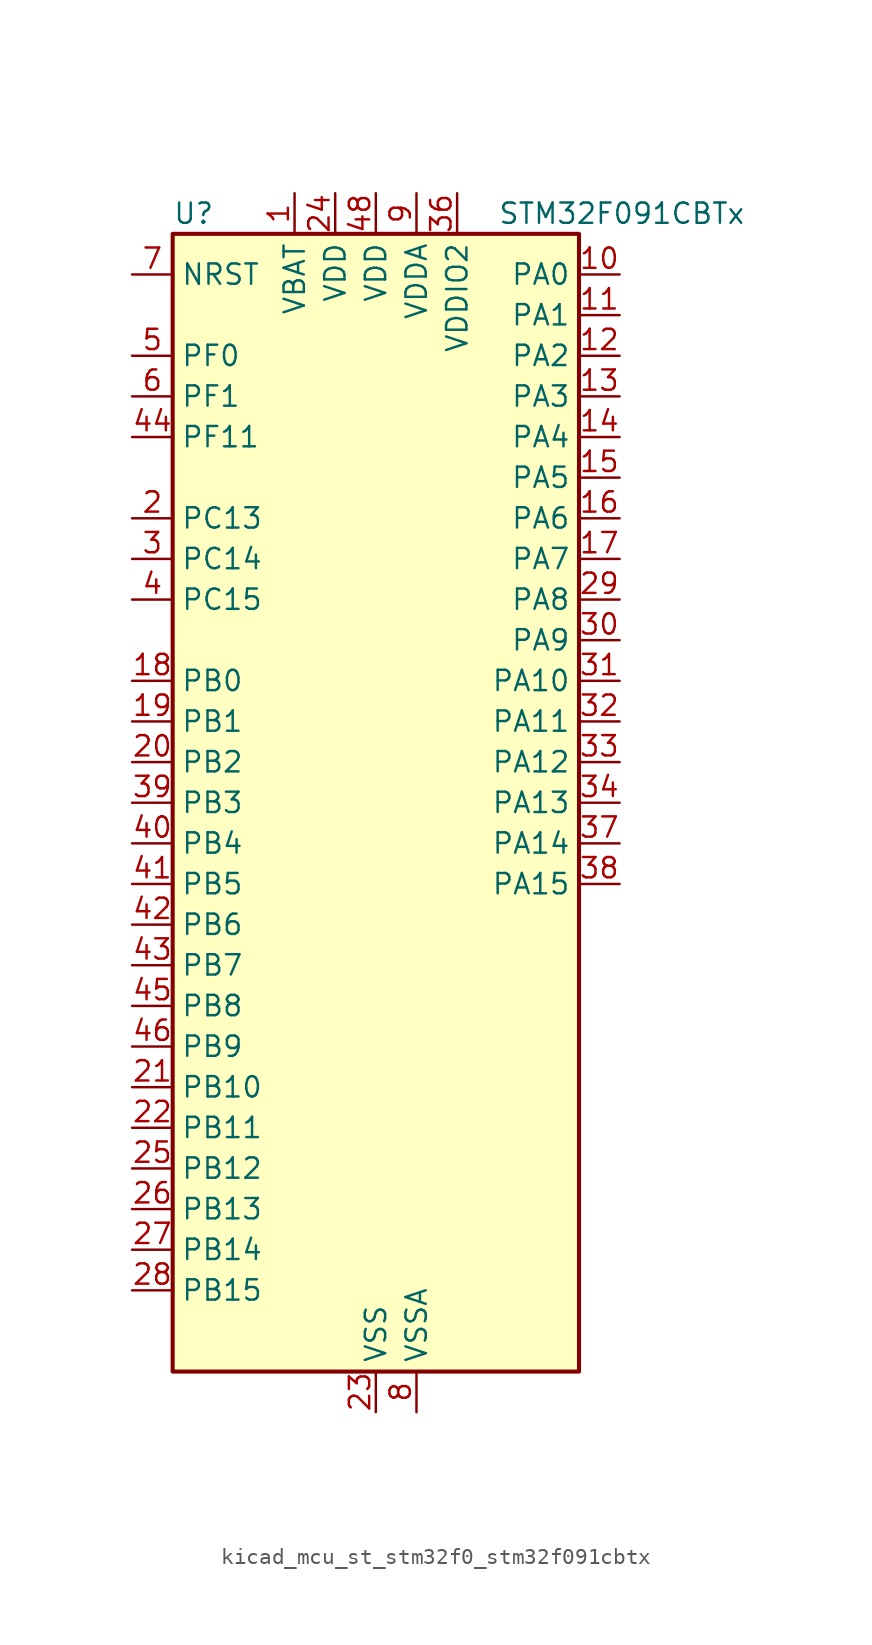
<source format=kicad_sym>
(kicad_symbol_lib
  (version 20220914)
  (generator kicad_symbol_editor)
  (symbol "kicad_mcu_st_stm32f0_stm32f091cbtx"
    (property "Reference" "U"
      (at -12.7 36.83 0)
      (effects (font (size 1.27 1.27)) (justify left)))
    (property "Value" "STM32F091CBTx"
      (at 7.62 36.83 0)
      (effects (font (size 1.27 1.27)) (justify left)))
    (property "ki_locked" ""
      (at 0 0 0)
      (effects (font (size 1.27 1.27))))
    (symbol "kicad_mcu_st_stm32f0_stm32f091cbtx_0_1"
      (rectangle (start -12.7 -35.56) (end 12.7 35.56) (stroke (width 0.254) (type default)) (fill (type background))))
    (symbol "kicad_mcu_st_stm32f0_stm32f091cbtx_1_1"
      (pin power_in line (at -5.08 38.1 270) (length 2.54) (name "VBAT" (effects (font (size 1.27 1.27)))) (number "1" (effects (font (size 1.27 1.27)))))
      (pin bidirectional line (at 15.24 33.02 180) (length 2.54) (name "PA0" (effects (font (size 1.27 1.27)))) (number "10" (effects (font (size 1.27 1.27)))) (alternate "ADC_IN0" bidirectional line) (alternate "COMP1_INM" bidirectional line) (alternate "COMP1_OUT" bidirectional line) (alternate "RTC_TAMP2" bidirectional line) (alternate "SYS_WKUP1" bidirectional line) (alternate "TIM2_CH1" bidirectional line) (alternate "TIM2_ETR" bidirectional line) (alternate "TSC_G1_IO1" bidirectional line) (alternate "USART2_CTS" bidirectional line) (alternate "USART4_TX" bidirectional line))
      (pin bidirectional line (at 15.24 30.48 180) (length 2.54) (name "PA1" (effects (font (size 1.27 1.27)))) (number "11" (effects (font (size 1.27 1.27)))) (alternate "ADC_IN1" bidirectional line) (alternate "COMP1_INP" bidirectional line) (alternate "TIM15_CH1N" bidirectional line) (alternate "TIM2_CH2" bidirectional line) (alternate "TSC_G1_IO2" bidirectional line) (alternate "USART2_DE" bidirectional line) (alternate "USART2_RTS" bidirectional line) (alternate "USART4_RX" bidirectional line))
      (pin bidirectional line (at 15.24 27.94 180) (length 2.54) (name "PA2" (effects (font (size 1.27 1.27)))) (number "12" (effects (font (size 1.27 1.27)))) (alternate "ADC_IN2" bidirectional line) (alternate "COMP2_INM" bidirectional line) (alternate "COMP2_OUT" bidirectional line) (alternate "SYS_WKUP4" bidirectional line) (alternate "TIM15_CH1" bidirectional line) (alternate "TIM2_CH3" bidirectional line) (alternate "TSC_G1_IO3" bidirectional line) (alternate "USART2_TX" bidirectional line))
      (pin bidirectional line (at 15.24 25.4 180) (length 2.54) (name "PA3" (effects (font (size 1.27 1.27)))) (number "13" (effects (font (size 1.27 1.27)))) (alternate "ADC_IN3" bidirectional line) (alternate "COMP2_INP" bidirectional line) (alternate "TIM15_CH2" bidirectional line) (alternate "TIM2_CH4" bidirectional line) (alternate "TSC_G1_IO4" bidirectional line) (alternate "USART2_RX" bidirectional line))
      (pin bidirectional line (at 15.24 22.86 180) (length 2.54) (name "PA4" (effects (font (size 1.27 1.27)))) (number "14" (effects (font (size 1.27 1.27)))) (alternate "ADC_IN4" bidirectional line) (alternate "COMP1_INM" bidirectional line) (alternate "COMP2_INM" bidirectional line) (alternate "DAC_OUT1" bidirectional line) (alternate "I2S1_WS" bidirectional line) (alternate "SPI1_NSS" bidirectional line) (alternate "TIM14_CH1" bidirectional line) (alternate "TSC_G2_IO1" bidirectional line) (alternate "USART2_CK" bidirectional line) (alternate "USART6_TX" bidirectional line))
      (pin bidirectional line (at 15.24 20.32 180) (length 2.54) (name "PA5" (effects (font (size 1.27 1.27)))) (number "15" (effects (font (size 1.27 1.27)))) (alternate "ADC_IN5" bidirectional line) (alternate "CEC" bidirectional line) (alternate "COMP1_INM" bidirectional line) (alternate "COMP2_INM" bidirectional line) (alternate "DAC_OUT2" bidirectional line) (alternate "I2S1_CK" bidirectional line) (alternate "SPI1_SCK" bidirectional line) (alternate "TIM2_CH1" bidirectional line) (alternate "TIM2_ETR" bidirectional line) (alternate "TSC_G2_IO2" bidirectional line) (alternate "USART6_RX" bidirectional line))
      (pin bidirectional line (at 15.24 17.78 180) (length 2.54) (name "PA6" (effects (font (size 1.27 1.27)))) (number "16" (effects (font (size 1.27 1.27)))) (alternate "ADC_IN6" bidirectional line) (alternate "COMP1_OUT" bidirectional line) (alternate "I2S1_MCK" bidirectional line) (alternate "SPI1_MISO" bidirectional line) (alternate "TIM16_CH1" bidirectional line) (alternate "TIM1_BKIN" bidirectional line) (alternate "TIM3_CH1" bidirectional line) (alternate "TSC_G2_IO3" bidirectional line) (alternate "USART3_CTS" bidirectional line))
      (pin bidirectional line (at 15.24 15.24 180) (length 2.54) (name "PA7" (effects (font (size 1.27 1.27)))) (number "17" (effects (font (size 1.27 1.27)))) (alternate "ADC_IN7" bidirectional line) (alternate "COMP2_OUT" bidirectional line) (alternate "I2S1_SD" bidirectional line) (alternate "SPI1_MOSI" bidirectional line) (alternate "TIM14_CH1" bidirectional line) (alternate "TIM17_CH1" bidirectional line) (alternate "TIM1_CH1N" bidirectional line) (alternate "TIM3_CH2" bidirectional line) (alternate "TSC_G2_IO4" bidirectional line))
      (pin bidirectional line (at -15.24 7.62 0) (length 2.54) (name "PB0" (effects (font (size 1.27 1.27)))) (number "18" (effects (font (size 1.27 1.27)))) (alternate "ADC_IN8" bidirectional line) (alternate "TIM1_CH2N" bidirectional line) (alternate "TIM3_CH3" bidirectional line) (alternate "TSC_G3_IO2" bidirectional line) (alternate "USART3_CK" bidirectional line))
      (pin bidirectional line (at -15.24 5.08 0) (length 2.54) (name "PB1" (effects (font (size 1.27 1.27)))) (number "19" (effects (font (size 1.27 1.27)))) (alternate "ADC_IN9" bidirectional line) (alternate "TIM14_CH1" bidirectional line) (alternate "TIM1_CH3N" bidirectional line) (alternate "TIM3_CH4" bidirectional line) (alternate "TSC_G3_IO3" bidirectional line) (alternate "USART3_DE" bidirectional line) (alternate "USART3_RTS" bidirectional line))
      (pin bidirectional line (at -15.24 17.78 0) (length 2.54) (name "PC13" (effects (font (size 1.27 1.27)))) (number "2" (effects (font (size 1.27 1.27)))) (alternate "RTC_OUT_ALARM" bidirectional line) (alternate "RTC_OUT_CALIB" bidirectional line) (alternate "RTC_TAMP1" bidirectional line) (alternate "RTC_TS" bidirectional line) (alternate "SYS_WKUP2" bidirectional line))
      (pin bidirectional line (at -15.24 2.54 0) (length 2.54) (name "PB2" (effects (font (size 1.27 1.27)))) (number "20" (effects (font (size 1.27 1.27)))) (alternate "TSC_G3_IO4" bidirectional line))
      (pin bidirectional line (at -15.24 -17.78 0) (length 2.54) (name "PB10" (effects (font (size 1.27 1.27)))) (number "21" (effects (font (size 1.27 1.27)))) (alternate "CEC" bidirectional line) (alternate "I2C2_SCL" bidirectional line) (alternate "I2S2_CK" bidirectional line) (alternate "SPI2_SCK" bidirectional line) (alternate "TIM2_CH3" bidirectional line) (alternate "TSC_SYNC" bidirectional line) (alternate "USART3_TX" bidirectional line))
      (pin bidirectional line (at -15.24 -20.32 0) (length 2.54) (name "PB11" (effects (font (size 1.27 1.27)))) (number "22" (effects (font (size 1.27 1.27)))) (alternate "I2C2_SDA" bidirectional line) (alternate "TIM2_CH4" bidirectional line) (alternate "TSC_G6_IO1" bidirectional line) (alternate "USART3_RX" bidirectional line))
      (pin power_in line (at 0 -38.1 90) (length 2.54) (name "VSS" (effects (font (size 1.27 1.27)))) (number "23" (effects (font (size 1.27 1.27)))))
      (pin power_in line (at -2.54 38.1 270) (length 2.54) (name "VDD" (effects (font (size 1.27 1.27)))) (number "24" (effects (font (size 1.27 1.27)))))
      (pin bidirectional line (at -15.24 -22.86 0) (length 2.54) (name "PB12" (effects (font (size 1.27 1.27)))) (number "25" (effects (font (size 1.27 1.27)))) (alternate "I2S2_WS" bidirectional line) (alternate "SPI2_NSS" bidirectional line) (alternate "TIM15_BKIN" bidirectional line) (alternate "TIM1_BKIN" bidirectional line) (alternate "TSC_G6_IO2" bidirectional line) (alternate "USART3_CK" bidirectional line))
      (pin bidirectional line (at -15.24 -25.4 0) (length 2.54) (name "PB13" (effects (font (size 1.27 1.27)))) (number "26" (effects (font (size 1.27 1.27)))) (alternate "I2C2_SCL" bidirectional line) (alternate "I2S2_CK" bidirectional line) (alternate "SPI2_SCK" bidirectional line) (alternate "TIM1_CH1N" bidirectional line) (alternate "TSC_G6_IO3" bidirectional line) (alternate "USART3_CTS" bidirectional line))
      (pin bidirectional line (at -15.24 -27.94 0) (length 2.54) (name "PB14" (effects (font (size 1.27 1.27)))) (number "27" (effects (font (size 1.27 1.27)))) (alternate "I2C2_SDA" bidirectional line) (alternate "I2S2_MCK" bidirectional line) (alternate "SPI2_MISO" bidirectional line) (alternate "TIM15_CH1" bidirectional line) (alternate "TIM1_CH2N" bidirectional line) (alternate "TSC_G6_IO4" bidirectional line) (alternate "USART3_DE" bidirectional line) (alternate "USART3_RTS" bidirectional line))
      (pin bidirectional line (at -15.24 -30.48 0) (length 2.54) (name "PB15" (effects (font (size 1.27 1.27)))) (number "28" (effects (font (size 1.27 1.27)))) (alternate "I2S2_SD" bidirectional line) (alternate "RTC_REFIN" bidirectional line) (alternate "SPI2_MOSI" bidirectional line) (alternate "SYS_WKUP7" bidirectional line) (alternate "TIM15_CH1N" bidirectional line) (alternate "TIM15_CH2" bidirectional line) (alternate "TIM1_CH3N" bidirectional line))
      (pin bidirectional line (at 15.24 12.7 180) (length 2.54) (name "PA8" (effects (font (size 1.27 1.27)))) (number "29" (effects (font (size 1.27 1.27)))) (alternate "CRS_SYNC" bidirectional line) (alternate "RCC_MCO" bidirectional line) (alternate "TIM1_CH1" bidirectional line) (alternate "USART1_CK" bidirectional line))
      (pin bidirectional line (at -15.24 15.24 0) (length 2.54) (name "PC14" (effects (font (size 1.27 1.27)))) (number "3" (effects (font (size 1.27 1.27)))) (alternate "RCC_OSC32_IN" bidirectional line))
      (pin bidirectional line (at 15.24 10.16 180) (length 2.54) (name "PA9" (effects (font (size 1.27 1.27)))) (number "30" (effects (font (size 1.27 1.27)))) (alternate "DAC_EXTI9" bidirectional line) (alternate "I2C1_SCL" bidirectional line) (alternate "RCC_MCO" bidirectional line) (alternate "TIM15_BKIN" bidirectional line) (alternate "TIM1_CH2" bidirectional line) (alternate "TSC_G4_IO1" bidirectional line) (alternate "USART1_TX" bidirectional line))
      (pin bidirectional line (at 15.24 7.62 180) (length 2.54) (name "PA10" (effects (font (size 1.27 1.27)))) (number "31" (effects (font (size 1.27 1.27)))) (alternate "I2C1_SDA" bidirectional line) (alternate "TIM17_BKIN" bidirectional line) (alternate "TIM1_CH3" bidirectional line) (alternate "TSC_G4_IO2" bidirectional line) (alternate "USART1_RX" bidirectional line))
      (pin bidirectional line (at 15.24 5.08 180) (length 2.54) (name "PA11" (effects (font (size 1.27 1.27)))) (number "32" (effects (font (size 1.27 1.27)))) (alternate "CAN_RX" bidirectional line) (alternate "COMP1_OUT" bidirectional line) (alternate "I2C2_SCL" bidirectional line) (alternate "TIM1_CH4" bidirectional line) (alternate "TSC_G4_IO3" bidirectional line) (alternate "USART1_CTS" bidirectional line))
      (pin bidirectional line (at 15.24 2.54 180) (length 2.54) (name "PA12" (effects (font (size 1.27 1.27)))) (number "33" (effects (font (size 1.27 1.27)))) (alternate "CAN_TX" bidirectional line) (alternate "COMP2_OUT" bidirectional line) (alternate "I2C2_SDA" bidirectional line) (alternate "TIM1_ETR" bidirectional line) (alternate "TSC_G4_IO4" bidirectional line) (alternate "USART1_DE" bidirectional line) (alternate "USART1_RTS" bidirectional line))
      (pin bidirectional line (at 15.24 0 180) (length 2.54) (name "PA13" (effects (font (size 1.27 1.27)))) (number "34" (effects (font (size 1.27 1.27)))) (alternate "IR_OUT" bidirectional line) (alternate "SYS_SWDIO" bidirectional line))
      (pin passive line (at 0 -38.1 90) (length 2.54) hide (name "VSS" (effects (font (size 1.27 1.27)))) (number "35" (effects (font (size 1.27 1.27)))))
      (pin power_in line (at 5.08 38.1 270) (length 2.54) (name "VDDIO2" (effects (font (size 1.27 1.27)))) (number "36" (effects (font (size 1.27 1.27)))))
      (pin bidirectional line (at 15.24 -2.54 180) (length 2.54) (name "PA14" (effects (font (size 1.27 1.27)))) (number "37" (effects (font (size 1.27 1.27)))) (alternate "SYS_SWCLK" bidirectional line) (alternate "USART2_TX" bidirectional line))
      (pin bidirectional line (at 15.24 -5.08 180) (length 2.54) (name "PA15" (effects (font (size 1.27 1.27)))) (number "38" (effects (font (size 1.27 1.27)))) (alternate "I2S1_WS" bidirectional line) (alternate "SPI1_NSS" bidirectional line) (alternate "TIM2_CH1" bidirectional line) (alternate "TIM2_ETR" bidirectional line) (alternate "USART2_RX" bidirectional line) (alternate "USART4_DE" bidirectional line) (alternate "USART4_RTS" bidirectional line))
      (pin bidirectional line (at -15.24 0 0) (length 2.54) (name "PB3" (effects (font (size 1.27 1.27)))) (number "39" (effects (font (size 1.27 1.27)))) (alternate "I2S1_CK" bidirectional line) (alternate "SPI1_SCK" bidirectional line) (alternate "TIM2_CH2" bidirectional line) (alternate "TSC_G5_IO1" bidirectional line) (alternate "USART5_TX" bidirectional line))
      (pin bidirectional line (at -15.24 12.7 0) (length 2.54) (name "PC15" (effects (font (size 1.27 1.27)))) (number "4" (effects (font (size 1.27 1.27)))) (alternate "RCC_OSC32_OUT" bidirectional line))
      (pin bidirectional line (at -15.24 -2.54 0) (length 2.54) (name "PB4" (effects (font (size 1.27 1.27)))) (number "40" (effects (font (size 1.27 1.27)))) (alternate "I2S1_MCK" bidirectional line) (alternate "SPI1_MISO" bidirectional line) (alternate "TIM17_BKIN" bidirectional line) (alternate "TIM3_CH1" bidirectional line) (alternate "TSC_G5_IO2" bidirectional line) (alternate "USART5_RX" bidirectional line))
      (pin bidirectional line (at -15.24 -5.08 0) (length 2.54) (name "PB5" (effects (font (size 1.27 1.27)))) (number "41" (effects (font (size 1.27 1.27)))) (alternate "I2C1_SMBA" bidirectional line) (alternate "I2S1_SD" bidirectional line) (alternate "SPI1_MOSI" bidirectional line) (alternate "SYS_WKUP6" bidirectional line) (alternate "TIM16_BKIN" bidirectional line) (alternate "TIM3_CH2" bidirectional line) (alternate "USART5_CK" bidirectional line) (alternate "USART5_DE" bidirectional line) (alternate "USART5_RTS" bidirectional line))
      (pin bidirectional line (at -15.24 -7.62 0) (length 2.54) (name "PB6" (effects (font (size 1.27 1.27)))) (number "42" (effects (font (size 1.27 1.27)))) (alternate "I2C1_SCL" bidirectional line) (alternate "TIM16_CH1N" bidirectional line) (alternate "TSC_G5_IO3" bidirectional line) (alternate "USART1_TX" bidirectional line))
      (pin bidirectional line (at -15.24 -10.16 0) (length 2.54) (name "PB7" (effects (font (size 1.27 1.27)))) (number "43" (effects (font (size 1.27 1.27)))) (alternate "I2C1_SDA" bidirectional line) (alternate "TIM17_CH1N" bidirectional line) (alternate "TSC_G5_IO4" bidirectional line) (alternate "USART1_RX" bidirectional line) (alternate "USART4_CTS" bidirectional line))
      (pin bidirectional line (at -15.24 22.86 0) (length 2.54) (name "PF11" (effects (font (size 1.27 1.27)))) (number "44" (effects (font (size 1.27 1.27)))))
      (pin bidirectional line (at -15.24 -12.7 0) (length 2.54) (name "PB8" (effects (font (size 1.27 1.27)))) (number "45" (effects (font (size 1.27 1.27)))) (alternate "CAN_RX" bidirectional line) (alternate "CEC" bidirectional line) (alternate "I2C1_SCL" bidirectional line) (alternate "TIM16_CH1" bidirectional line) (alternate "TSC_SYNC" bidirectional line))
      (pin bidirectional line (at -15.24 -15.24 0) (length 2.54) (name "PB9" (effects (font (size 1.27 1.27)))) (number "46" (effects (font (size 1.27 1.27)))) (alternate "CAN_TX" bidirectional line) (alternate "DAC_EXTI9" bidirectional line) (alternate "I2C1_SDA" bidirectional line) (alternate "I2S2_WS" bidirectional line) (alternate "IR_OUT" bidirectional line) (alternate "SPI2_NSS" bidirectional line) (alternate "TIM17_CH1" bidirectional line))
      (pin passive line (at 0 -38.1 90) (length 2.54) hide (name "VSS" (effects (font (size 1.27 1.27)))) (number "47" (effects (font (size 1.27 1.27)))))
      (pin power_in line (at 0 38.1 270) (length 2.54) (name "VDD" (effects (font (size 1.27 1.27)))) (number "48" (effects (font (size 1.27 1.27)))))
      (pin bidirectional line (at -15.24 27.94 0) (length 2.54) (name "PF0" (effects (font (size 1.27 1.27)))) (number "5" (effects (font (size 1.27 1.27)))) (alternate "CRS_SYNC" bidirectional line) (alternate "I2C1_SDA" bidirectional line) (alternate "RCC_OSC_IN" bidirectional line))
      (pin bidirectional line (at -15.24 25.4 0) (length 2.54) (name "PF1" (effects (font (size 1.27 1.27)))) (number "6" (effects (font (size 1.27 1.27)))) (alternate "I2C1_SCL" bidirectional line) (alternate "RCC_OSC_OUT" bidirectional line))
      (pin input line (at -15.24 33.02 0) (length 2.54) (name "NRST" (effects (font (size 1.27 1.27)))) (number "7" (effects (font (size 1.27 1.27)))))
      (pin power_in line (at 2.54 -38.1 90) (length 2.54) (name "VSSA" (effects (font (size 1.27 1.27)))) (number "8" (effects (font (size 1.27 1.27)))))
      (pin power_in line (at 2.54 38.1 270) (length 2.54) (name "VDDA" (effects (font (size 1.27 1.27)))) (number "9" (effects (font (size 1.27 1.27))))))))
</source>
